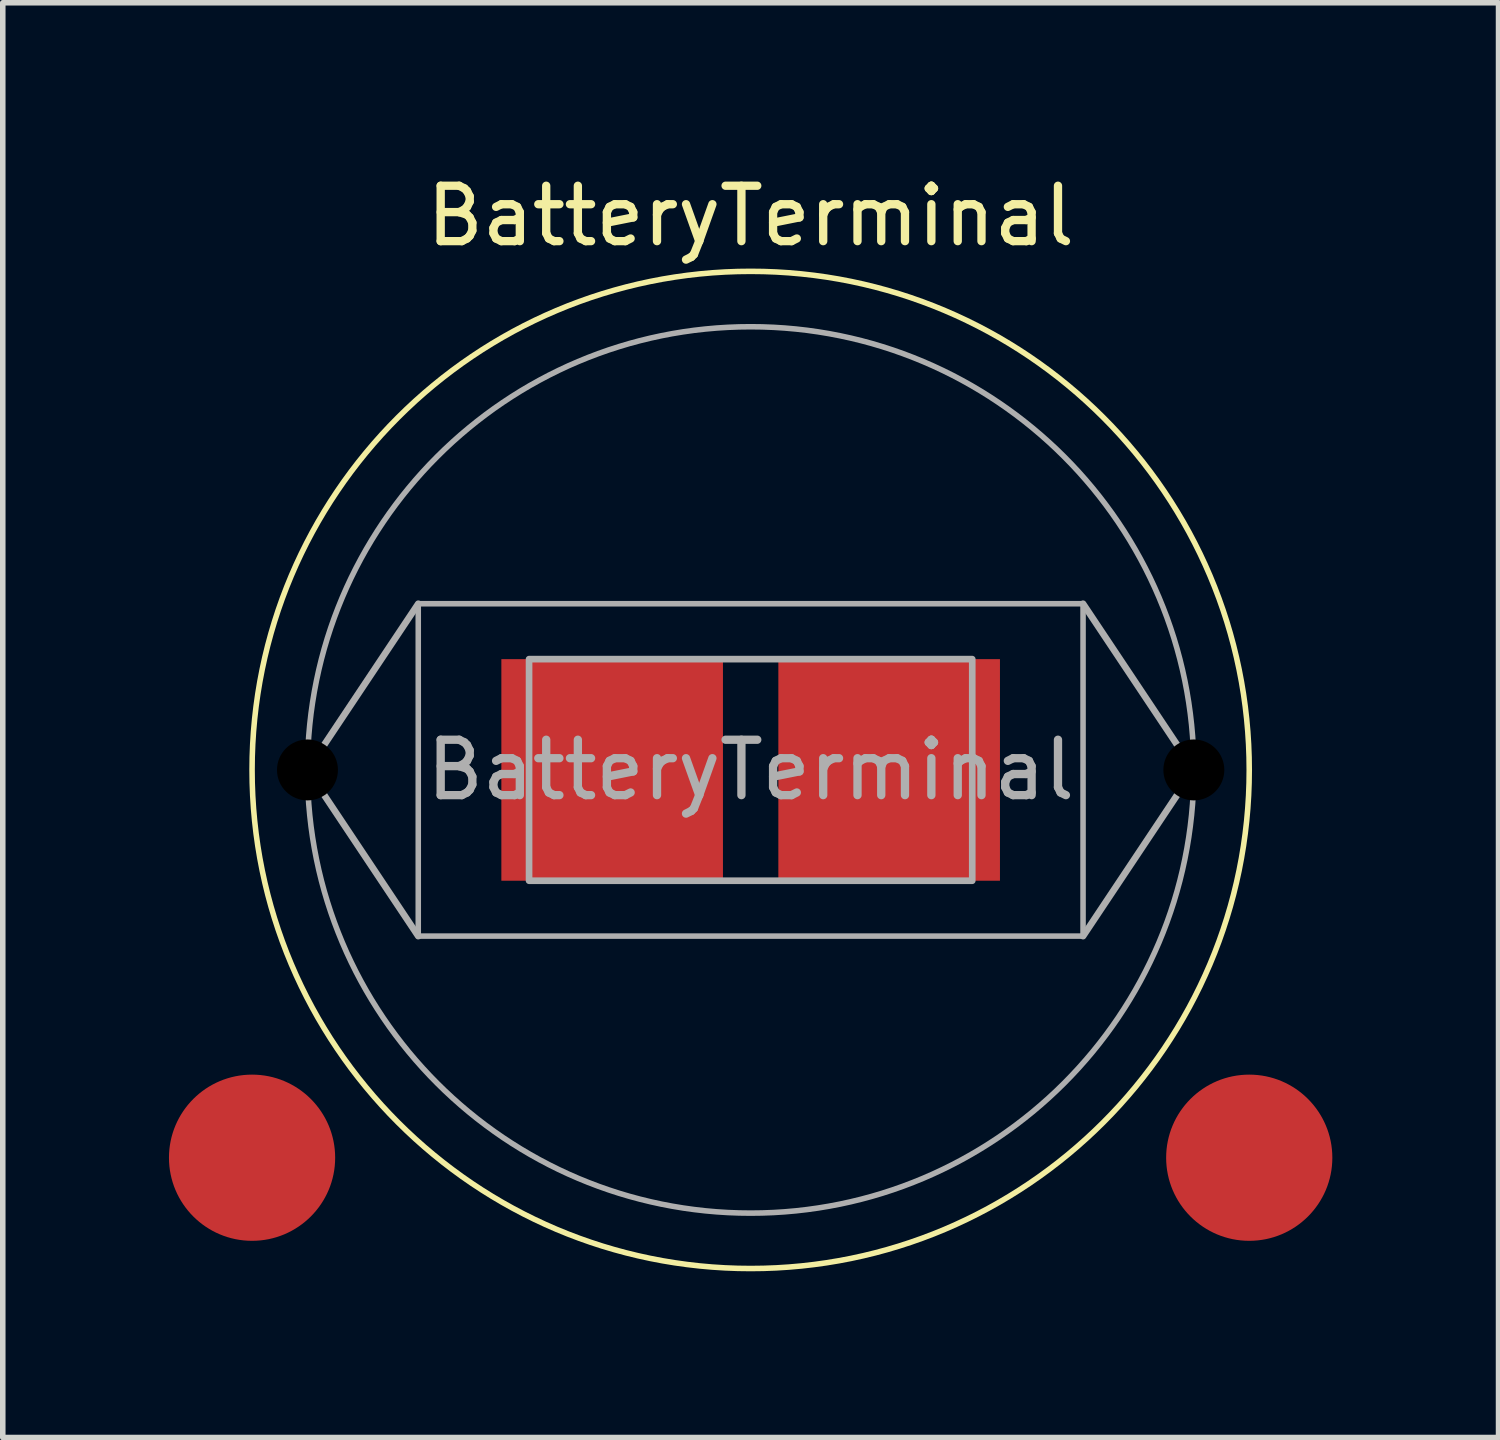
<source format=kicad_pcb>
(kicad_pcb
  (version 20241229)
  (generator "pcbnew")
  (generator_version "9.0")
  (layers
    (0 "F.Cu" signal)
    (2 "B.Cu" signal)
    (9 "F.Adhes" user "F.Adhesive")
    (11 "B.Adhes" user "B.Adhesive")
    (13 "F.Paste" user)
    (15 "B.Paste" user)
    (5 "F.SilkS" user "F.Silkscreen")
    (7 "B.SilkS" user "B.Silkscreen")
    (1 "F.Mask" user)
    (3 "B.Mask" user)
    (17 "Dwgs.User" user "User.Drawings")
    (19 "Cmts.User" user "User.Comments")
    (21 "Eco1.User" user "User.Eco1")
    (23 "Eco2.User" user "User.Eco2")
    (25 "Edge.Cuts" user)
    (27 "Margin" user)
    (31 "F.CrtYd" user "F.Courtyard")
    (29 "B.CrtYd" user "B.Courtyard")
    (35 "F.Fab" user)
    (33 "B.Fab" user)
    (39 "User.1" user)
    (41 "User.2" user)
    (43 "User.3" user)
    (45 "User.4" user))
  (footprint "BatteryTerminal"
    (layer "F.Cu")
    (at 10.5 10.848)
    (property "Reference" "BatteryTerminal" (at 0 -10 0) (unlocked yes) (layer "F.SilkS") (effects (font (size 1 1) (thickness 0.15))))
    (fp_circle (center 0 0) (end 9 0) (stroke (width 0.1) (type solid)) (fill no) (layer "F.SilkS"))
    (fp_line (start -6 -3) (end -8 0) (stroke (width 0.12) (type solid)) (layer "F.Fab"))
    (fp_line (start -6 3) (end -8 0) (stroke (width 0.12) (type solid)) (layer "F.Fab"))
    (fp_line (start 6 -3) (end 8 0) (stroke (width 0.12) (type solid)) (layer "F.Fab"))
    (fp_line (start 6 3) (end 8 0) (stroke (width 0.12) (type solid)) (layer "F.Fab"))
    (fp_rect (start -6 -3) (end 6 3) (stroke (width 0.1) (type solid)) (fill no) (layer "F.Fab"))
    (fp_rect (start -4 -2) (end 4 2) (stroke (width 0.12) (type solid)) (fill no) (layer "F.Fab"))
    (fp_circle (center 0 0) (end 8 0) (stroke (width 0.1) (type solid)) (fill no) (layer "F.Fab"))
    (fp_text user "${REFERENCE}" (at 0 0 0) (unlocked yes) (layer "F.Fab") (effects (font (size 1 1) (thickness 0.15))))
    (pad "" np_thru_hole circle (at -8 0) (size 1.1 1.1) (drill 1.1) (layers "*.Mask"))
    (pad "" np_thru_hole circle (at 8 0) (size 1.1 1.1) (drill 1.1) (layers "*.Mask"))
    (pad "1" smd circle (at -9 7) (size 3 3) (layers "F.Cu" "F.Mask" "F.Paste"))
    (pad "1" smd circle (at 9 7) (size 3 3) (layers "F.Cu" "F.Mask" "F.Paste"))
    (pad "2" smd rect (at -2.5 0) (size 4 4) (layers "F.Cu" "F.Mask" "F.Paste"))
    (pad "2" smd rect (at 2.5 0) (size 4 4) (layers "F.Cu" "F.Mask" "F.Paste")))
  (gr_rect
    (start -3 -3)
    (end 24 22.898)
    (stroke (width 0.1) (type default))
    (fill no)
    (layer "Edge.Cuts")))
</source>
